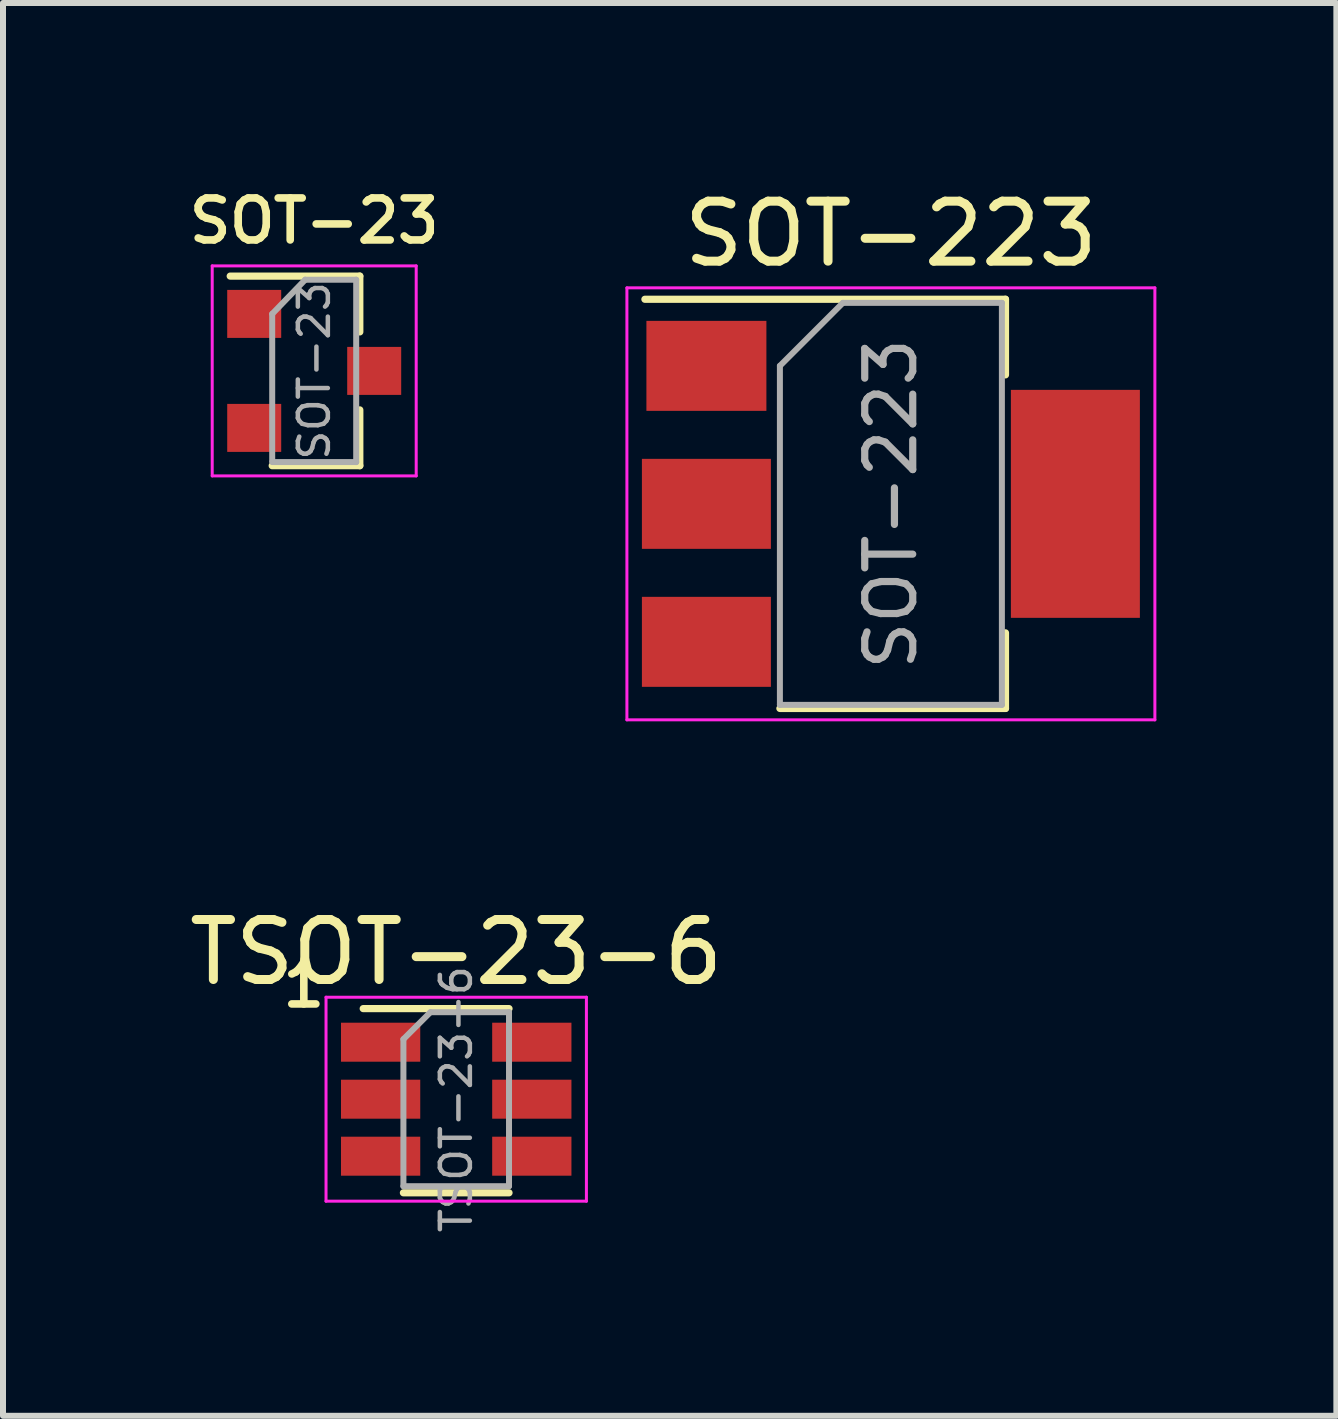
<source format=kicad_pcb>
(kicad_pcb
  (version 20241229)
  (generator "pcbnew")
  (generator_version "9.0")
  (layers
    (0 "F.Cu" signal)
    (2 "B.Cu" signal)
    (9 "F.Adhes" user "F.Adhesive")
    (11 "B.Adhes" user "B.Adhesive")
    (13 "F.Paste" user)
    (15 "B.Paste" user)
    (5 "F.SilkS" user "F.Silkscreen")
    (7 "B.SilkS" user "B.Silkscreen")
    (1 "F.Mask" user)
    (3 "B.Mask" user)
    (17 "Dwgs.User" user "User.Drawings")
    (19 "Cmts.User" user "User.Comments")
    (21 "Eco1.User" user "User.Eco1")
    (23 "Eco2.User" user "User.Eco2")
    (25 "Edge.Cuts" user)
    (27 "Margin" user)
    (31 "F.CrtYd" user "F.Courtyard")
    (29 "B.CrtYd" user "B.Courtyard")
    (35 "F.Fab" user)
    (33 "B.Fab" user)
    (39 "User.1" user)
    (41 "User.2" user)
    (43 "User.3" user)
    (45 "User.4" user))
  (footprint "SOT-23"
    (layer "F.Cu")
    (at 2.187 3.132)
    (property "Reference" "SOT-23" (at 0 -2.5 0) (layer "F.SilkS") (effects (font (size 0.7 0.7) (thickness 0.127))))
    (attr smd)
    (fp_line (start 0.76 -1.58) (end -1.4 -1.58) (stroke (width 0.12) (type solid)) (layer "F.SilkS"))
    (fp_line (start 0.76 -1.58) (end 0.76 -0.65) (stroke (width 0.12) (type solid)) (layer "F.SilkS"))
    (fp_line (start 0.76 1.58) (end -0.7 1.58) (stroke (width 0.12) (type solid)) (layer "F.SilkS"))
    (fp_line (start 0.76 1.58) (end 0.76 0.65) (stroke (width 0.12) (type solid)) (layer "F.SilkS"))
    (fp_line (start -1.7 -1.75) (end 1.7 -1.75) (stroke (width 0.05) (type solid)) (layer "F.CrtYd"))
    (fp_line (start -1.7 1.75) (end -1.7 -1.75) (stroke (width 0.05) (type solid)) (layer "F.CrtYd"))
    (fp_line (start 1.7 -1.75) (end 1.7 1.75) (stroke (width 0.05) (type solid)) (layer "F.CrtYd"))
    (fp_line (start 1.7 1.75) (end -1.7 1.75) (stroke (width 0.05) (type solid)) (layer "F.CrtYd"))
    (fp_line (start -0.7 -0.95) (end -0.7 1.5) (stroke (width 0.1) (type solid)) (layer "F.Fab"))
    (fp_line (start -0.7 -0.95) (end -0.15 -1.52) (stroke (width 0.1) (type solid)) (layer "F.Fab"))
    (fp_line (start -0.7 1.52) (end 0.7 1.52) (stroke (width 0.1) (type solid)) (layer "F.Fab"))
    (fp_line (start -0.15 -1.52) (end 0.7 -1.52) (stroke (width 0.1) (type solid)) (layer "F.Fab"))
    (fp_line (start 0.7 -1.52) (end 0.7 1.52) (stroke (width 0.1) (type solid)) (layer "F.Fab"))
    (fp_text user "${REFERENCE}" (at 0 0 90) (layer "F.Fab") (effects (font (size 0.5 0.5) (thickness 0.075))))
    (pad "1" smd rect (at -1 -0.95) (size 0.9 0.8) (layers "F.Cu" "F.Mask" "F.Paste"))
    (pad "2" smd rect (at -1 0.95) (size 0.9 0.8) (layers "F.Cu" "F.Mask" "F.Paste"))
    (pad "3" smd rect (at 1 0) (size 0.9 0.8) (layers "F.Cu" "F.Mask" "F.Paste")))
  (footprint "TSOT-23-6"
    (layer "F.Cu")
    (at 4.554 15.271)
    (property "Reference" "TSOT-23-6" (at 0 -2.45 0) (layer "F.SilkS") (effects (font (size 1 1) (thickness 0.15))))
    (attr smd)
    (fp_line (start -0.88 1.56) (end 0.88 1.56) (stroke (width 0.12) (type solid)) (layer "F.SilkS"))
    (fp_line (start 0.88 -1.51) (end -1.55 -1.51) (stroke (width 0.12) (type solid)) (layer "F.SilkS"))
    (fp_line (start -2.17 -1.7) (end -2.17 1.7) (stroke (width 0.05) (type solid)) (layer "F.CrtYd"))
    (fp_line (start -2.17 -1.7) (end 2.17 -1.7) (stroke (width 0.05) (type solid)) (layer "F.CrtYd"))
    (fp_line (start 2.17 1.7) (end -2.17 1.7) (stroke (width 0.05) (type solid)) (layer "F.CrtYd"))
    (fp_line (start 2.17 1.7) (end 2.17 -1.7) (stroke (width 0.05) (type solid)) (layer "F.CrtYd"))
    (fp_line (start -0.88 -1) (end -0.88 1.45) (stroke (width 0.1) (type solid)) (layer "F.Fab"))
    (fp_line (start -0.88 -1) (end -0.43 -1.45) (stroke (width 0.1) (type solid)) (layer "F.Fab"))
    (fp_line (start 0.88 -1.45) (end -0.43 -1.45) (stroke (width 0.1) (type solid)) (layer "F.Fab"))
    (fp_line (start 0.88 -1.45) (end 0.88 1.45) (stroke (width 0.1) (type solid)) (layer "F.Fab"))
    (fp_line (start 0.88 1.45) (end -0.88 1.45) (stroke (width 0.1) (type solid)) (layer "F.Fab"))
    (fp_text user "1" (at -2.54 -1.905 0) (layer "F.SilkS") (effects (font (size 0.7 0.7) (thickness 0.127))))
    (fp_text user "${REFERENCE}" (at 0 0 90) (layer "F.Fab") (effects (font (size 0.5 0.5) (thickness 0.075))))
    (pad "1" smd rect (at -1.26 -0.95) (size 1.321 0.65) (layers "F.Cu" "F.Mask" "F.Paste"))
    (pad "2" smd rect (at -1.26 0) (size 1.321 0.65) (layers "F.Cu" "F.Mask" "F.Paste"))
    (pad "3" smd rect (at -1.26 0.95) (size 1.321 0.65) (layers "F.Cu" "F.Mask" "F.Paste"))
    (pad "4" smd rect (at 1.26 0.95) (size 1.321 0.65) (layers "F.Cu" "F.Mask" "F.Paste"))
    (pad "5" smd rect (at 1.26 0) (size 1.321 0.65) (layers "F.Cu" "F.Mask" "F.Paste"))
    (pad "6" smd rect (at 1.26 -0.95) (size 1.321 0.65) (layers "F.Cu" "F.Mask" "F.Paste")))
  (footprint "SOT-223"
    (layer "F.Cu")
    (at 11.799 5.348)
    (property "Reference" "SOT-223" (at 0 -4.5 0) (layer "F.SilkS") (effects (font (size 1 1) (thickness 0.15))))
    (attr smd)
    (fp_line (start -4.1 -3.41) (end 1.91 -3.41) (stroke (width 0.12) (type solid)) (layer "F.SilkS"))
    (fp_line (start -1.85 3.41) (end 1.91 3.41) (stroke (width 0.12) (type solid)) (layer "F.SilkS"))
    (fp_line (start 1.91 -3.41) (end 1.91 -2.15) (stroke (width 0.12) (type solid)) (layer "F.SilkS"))
    (fp_line (start 1.91 3.41) (end 1.91 2.15) (stroke (width 0.12) (type solid)) (layer "F.SilkS"))
    (fp_line (start -4.4 -3.6) (end -4.4 3.6) (stroke (width 0.05) (type solid)) (layer "F.CrtYd"))
    (fp_line (start -4.4 3.6) (end 4.4 3.6) (stroke (width 0.05) (type solid)) (layer "F.CrtYd"))
    (fp_line (start 4.4 -3.6) (end -4.4 -3.6) (stroke (width 0.05) (type solid)) (layer "F.CrtYd"))
    (fp_line (start 4.4 3.6) (end 4.4 -3.6) (stroke (width 0.05) (type solid)) (layer "F.CrtYd"))
    (fp_line (start -1.85 -2.3) (end -1.85 3.35) (stroke (width 0.1) (type solid)) (layer "F.Fab"))
    (fp_line (start -1.85 -2.3) (end -0.8 -3.35) (stroke (width 0.1) (type solid)) (layer "F.Fab"))
    (fp_line (start -1.85 3.35) (end 1.85 3.35) (stroke (width 0.1) (type solid)) (layer "F.Fab"))
    (fp_line (start -0.8 -3.35) (end 1.85 -3.35) (stroke (width 0.1) (type solid)) (layer "F.Fab"))
    (fp_line (start 1.85 -3.35) (end 1.85 3.35) (stroke (width 0.1) (type solid)) (layer "F.Fab"))
    (fp_text user "${REFERENCE}" (at 0 0 90) (layer "F.Fab") (effects (font (size 0.8 0.8) (thickness 0.12))))
    (pad "1" smd rect (at -3.075 -2.3) (size 2 1.5) (layers "F.Cu" "F.Mask" "F.Paste"))
    (pad "2" smd rect (at -3.075 0) (size 2.15 1.5) (layers "F.Cu" "F.Mask" "F.Paste"))
    (pad "3" smd rect (at -3.075 2.3) (size 2.15 1.5) (layers "F.Cu" "F.Mask" "F.Paste"))
    (pad "4" smd rect (at 3.075 0) (size 2.15 3.8) (layers "F.Cu" "F.Mask" "F.Paste")))
  (gr_rect
    (start -3 -3)
    (end 19.224 20.548)
    (stroke (width 0.1) (type default))
    (fill no)
    (layer "Edge.Cuts")))
</source>
